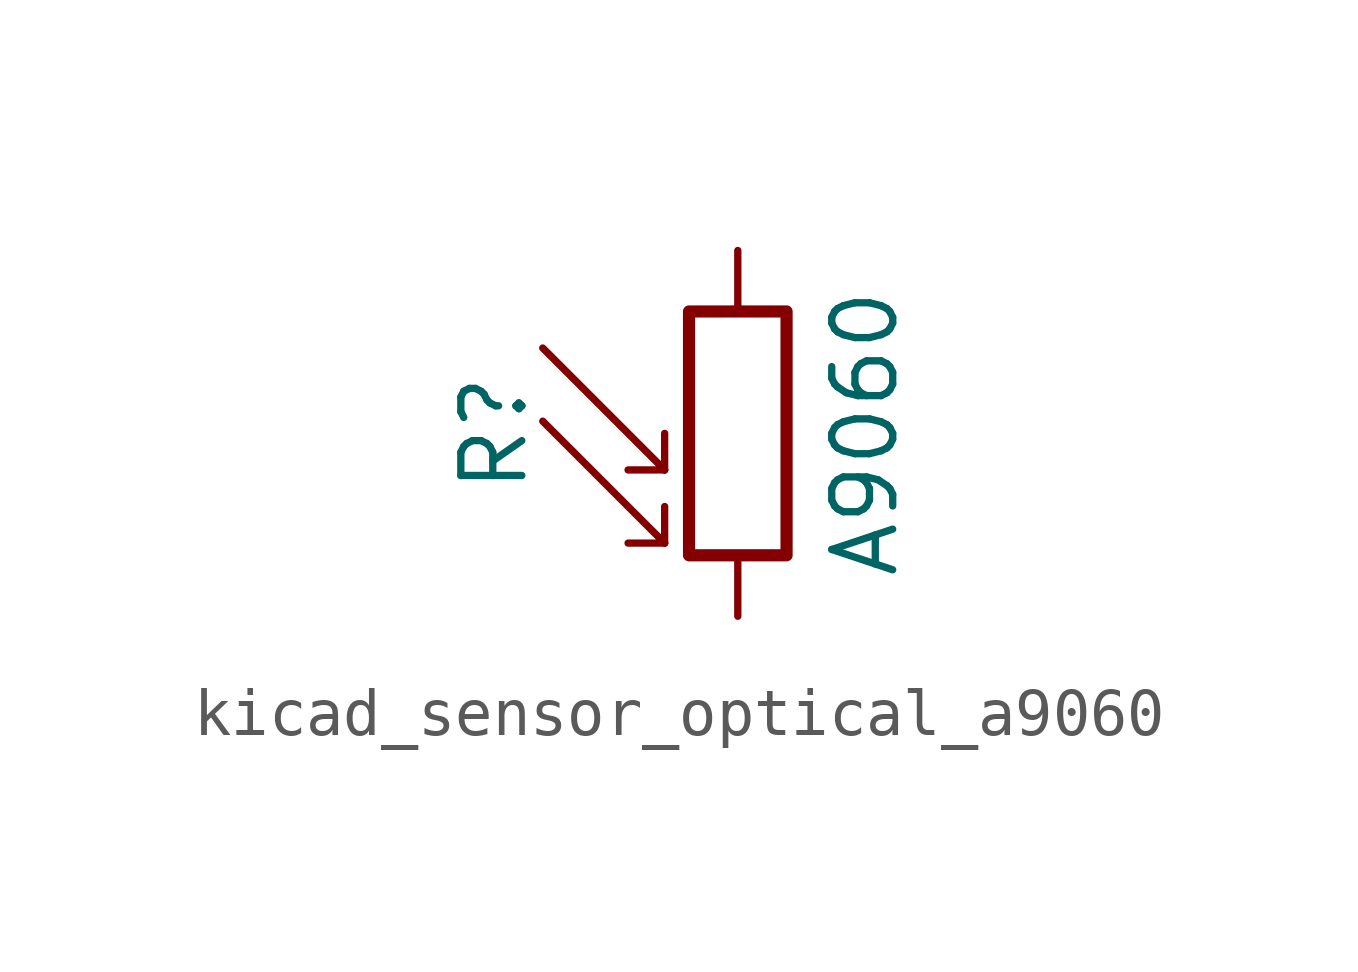
<source format=kicad_sym>
(kicad_symbol_lib
  (version 20220914)
  (generator kicad_symbol_editor)
  (symbol "kicad_sensor_optical_a9060"
    (pin_numbers hide)
    (pin_names
      (offset 0))
    (property "Reference" "R"
      (at -5.08 0 90)
      (effects (font (size 1.27 1.27))))
    (property "Value" "A9060"
      (at 1.905 0 90)
      (effects (font (size 1.27 1.27)) (justify top)))
    (symbol "kicad_sensor_optical_a9060_0_1"
      (rectangle (start -1.016 2.54) (end 1.016 -2.54) (stroke (width 0.254) (type default)) (fill (type none)))
      (polyline (pts (xy -1.524 -2.286) (xy -4.064 0.254)) (stroke (width 0) (type default)) (fill (type none)))
      (polyline (pts (xy -1.524 -2.286) (xy -2.286 -2.286)) (stroke (width 0) (type default)) (fill (type none)))
      (polyline (pts (xy -1.524 -2.286) (xy -1.524 -1.524)) (stroke (width 0) (type default)) (fill (type none)))
      (polyline (pts (xy -1.524 -0.762) (xy -4.064 1.778)) (stroke (width 0) (type default)) (fill (type none)))
      (polyline (pts (xy -1.524 -0.762) (xy -2.286 -0.762)) (stroke (width 0) (type default)) (fill (type none)))
      (polyline (pts (xy -1.524 -0.762) (xy -1.524 0)) (stroke (width 0) (type default)) (fill (type none))))
    (symbol "kicad_sensor_optical_a9060_1_1"
      (pin passive line (at 0 3.81 270) (length 1.27) (name "~" (effects (font (size 1.27 1.27)))) (number "1" (effects (font (size 1.27 1.27)))))
      (pin passive line (at 0 -3.81 90) (length 1.27) (name "~" (effects (font (size 1.27 1.27)))) (number "2" (effects (font (size 1.27 1.27))))))))
</source>
